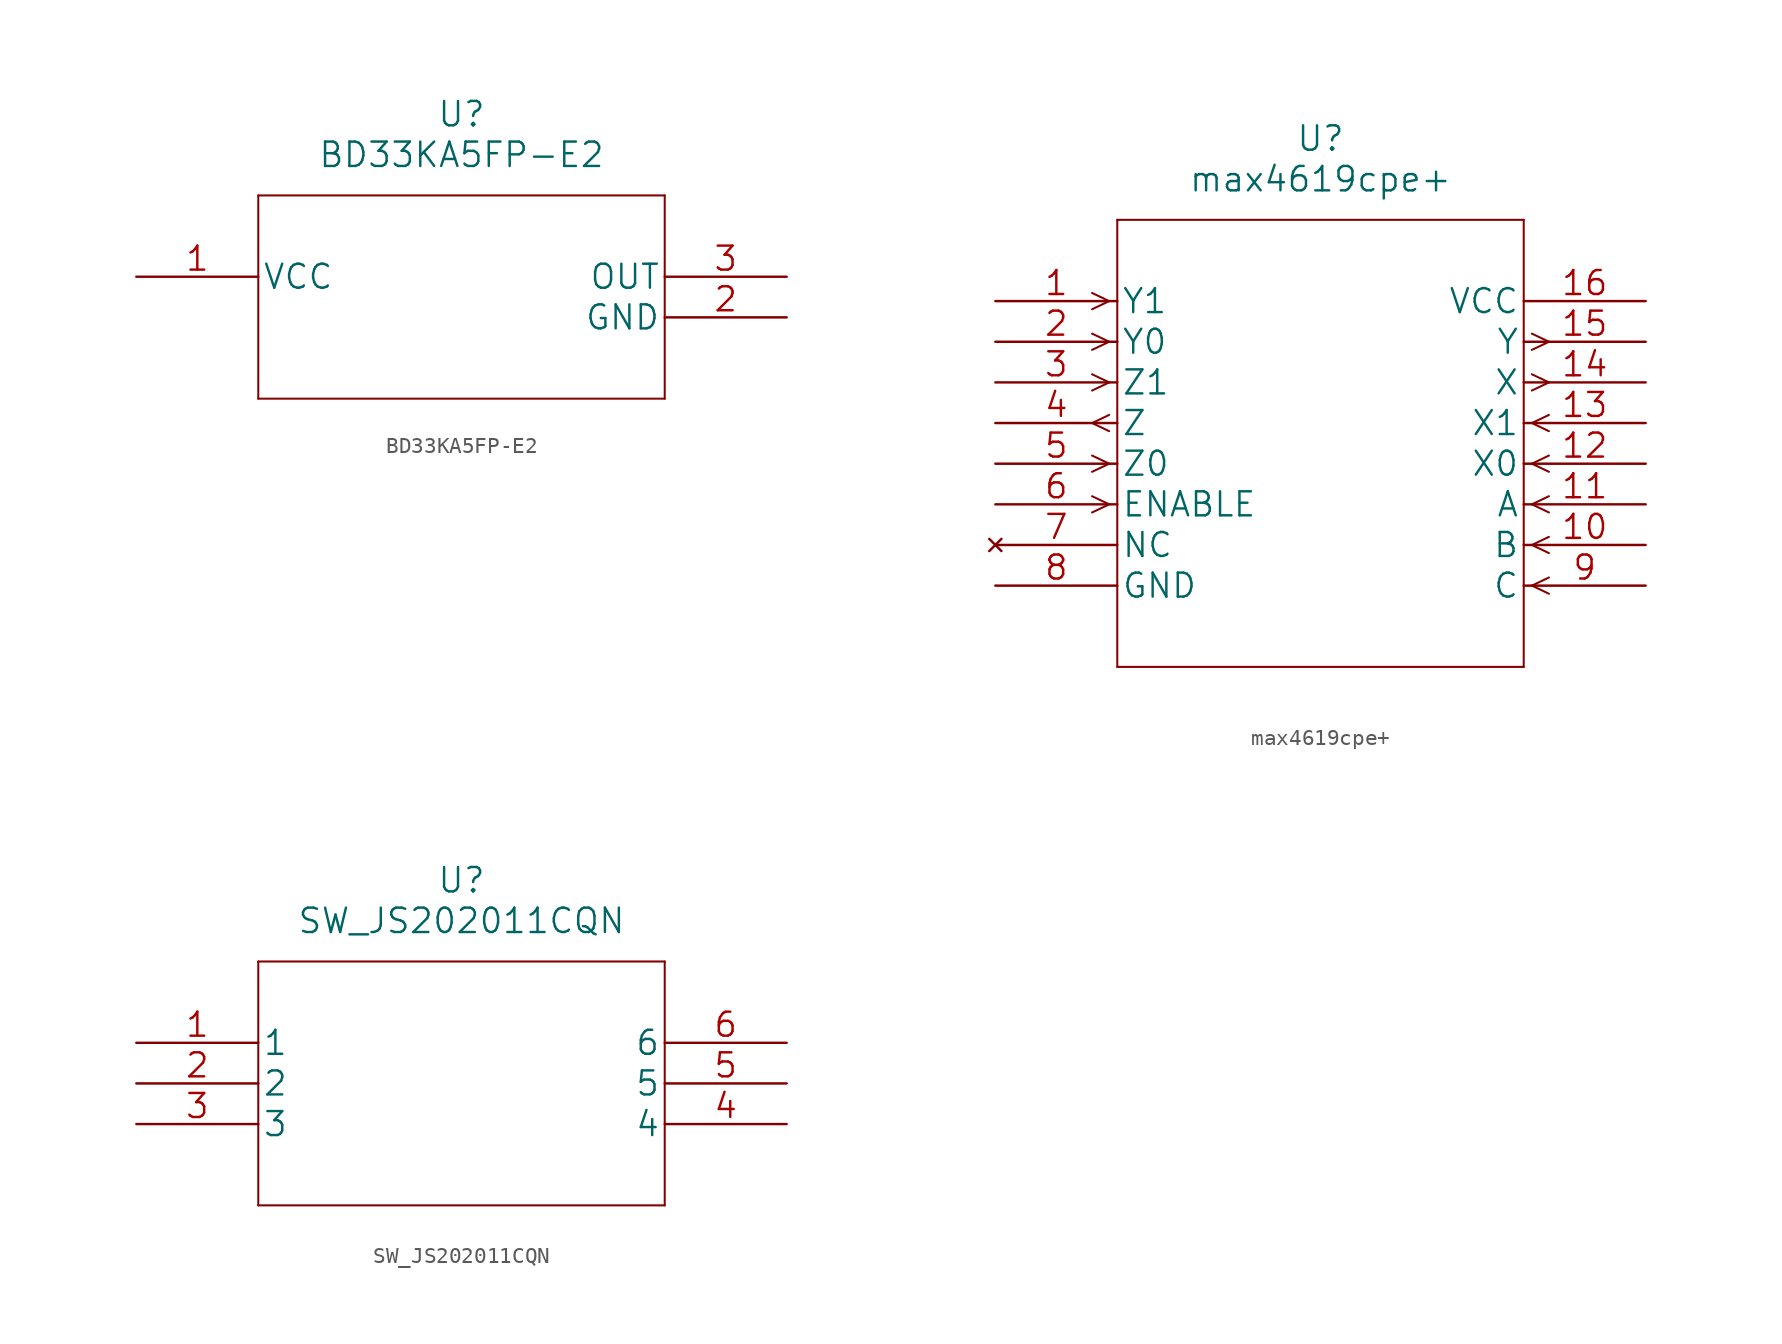
<source format=kicad_sym>
(kicad_symbol_lib
  (version 20211014)
  (generator kicad_symbol_editor)
  (symbol "BD33KA5FP-E2"
    (pin_names
      (offset 0.254))
    (property "Reference" "U"
      (at 20.32 10.16 0)
      (effects (font (size 1.524 1.524))))
    (property "Value" "BD33KA5FP-E2"
      (at 20.32 7.62 0)
      (effects (font (size 1.524 1.524))))
    (property "Datasheet" ""
      (at 0 0 0)
      (effects (font (size 1.524 1.524))))
    (property "ki_locked" ""
      (at 0 0 0)
      (effects (font (size 1.27 1.27))))
    (symbol "BD33KA5FP-E2_1_1"
      (polyline (pts (xy 7.62 -7.62) (xy 33.02 -7.62)) (stroke (width 0.127) (type default) (color 0 0 0 0)) (fill (type none)))
      (polyline (pts (xy 7.62 5.08) (xy 7.62 -7.62)) (stroke (width 0.127) (type default) (color 0 0 0 0)) (fill (type none)))
      (polyline (pts (xy 33.02 -7.62) (xy 33.02 5.08)) (stroke (width 0.127) (type default) (color 0 0 0 0)) (fill (type none)))
      (polyline (pts (xy 33.02 5.08) (xy 7.62 5.08)) (stroke (width 0.127) (type default) (color 0 0 0 0)) (fill (type none)))
      (pin power_in line (at 0 0 0) (length 7.62) (name "VCC" (effects (font (size 1.499 1.499)))) (number "1" (effects (font (size 1.499 1.499)))))
      (pin input line (at 40.64 -2.54 180) (length 7.62) (name "GND" (effects (font (size 1.499 1.499)))) (number "2" (effects (font (size 1.499 1.499)))))
      (pin output line (at 40.64 0 180) (length 7.62) (name "OUT" (effects (font (size 1.499 1.499)))) (number "3" (effects (font (size 1.499 1.499)))))))
  (symbol "max4619cpe+"
    (pin_names
      (offset 0.254))
    (property "Reference" "U"
      (at 20.32 10.16 0)
      (effects (font (size 1.524 1.524))))
    (property "Value" "max4619cpe+"
      (at 20.32 7.62 0)
      (effects (font (size 1.524 1.524))))
    (property "Datasheet" ""
      (at 0 0 0)
      (effects (font (size 1.524 1.524))))
    (property "ki_locked" ""
      (at 0 0 0)
      (effects (font (size 1.27 1.27))))
    (symbol "max4619cpe+_1_1"
      (polyline (pts (xy 7.112 -12.7) (xy 6.045 -13.208)) (stroke (width 0.127) (type default) (color 0 0 0 0)) (fill (type none)))
      (polyline (pts (xy 7.112 -12.7) (xy 6.045 -12.192)) (stroke (width 0.127) (type default) (color 0 0 0 0)) (fill (type none)))
      (polyline (pts (xy 7.112 -10.16) (xy 6.045 -10.668)) (stroke (width 0.127) (type default) (color 0 0 0 0)) (fill (type none)))
      (polyline (pts (xy 7.112 -10.16) (xy 6.045 -9.652)) (stroke (width 0.127) (type default) (color 0 0 0 0)) (fill (type none)))
      (polyline (pts (xy 7.112 -8.128) (xy 6.045 -7.62)) (stroke (width 0.127) (type default) (color 0 0 0 0)) (fill (type none)))
      (polyline (pts (xy 7.112 -7.112) (xy 6.045 -7.62)) (stroke (width 0.127) (type default) (color 0 0 0 0)) (fill (type none)))
      (polyline (pts (xy 7.112 -5.08) (xy 6.045 -5.588)) (stroke (width 0.127) (type default) (color 0 0 0 0)) (fill (type none)))
      (polyline (pts (xy 7.112 -5.08) (xy 6.045 -4.572)) (stroke (width 0.127) (type default) (color 0 0 0 0)) (fill (type none)))
      (polyline (pts (xy 7.112 -2.54) (xy 6.045 -3.048)) (stroke (width 0.127) (type default) (color 0 0 0 0)) (fill (type none)))
      (polyline (pts (xy 7.112 -2.54) (xy 6.045 -2.032)) (stroke (width 0.127) (type default) (color 0 0 0 0)) (fill (type none)))
      (polyline (pts (xy 7.112 0) (xy 6.045 -0.508)) (stroke (width 0.127) (type default) (color 0 0 0 0)) (fill (type none)))
      (polyline (pts (xy 7.112 0) (xy 6.045 0.508)) (stroke (width 0.127) (type default) (color 0 0 0 0)) (fill (type none)))
      (polyline (pts (xy 7.62 -22.86) (xy 33.02 -22.86)) (stroke (width 0.127) (type default) (color 0 0 0 0)) (fill (type none)))
      (polyline (pts (xy 7.62 5.08) (xy 7.62 -22.86)) (stroke (width 0.127) (type default) (color 0 0 0 0)) (fill (type none)))
      (polyline (pts (xy 33.02 -22.86) (xy 33.02 5.08)) (stroke (width 0.127) (type default) (color 0 0 0 0)) (fill (type none)))
      (polyline (pts (xy 33.02 5.08) (xy 7.62 5.08)) (stroke (width 0.127) (type default) (color 0 0 0 0)) (fill (type none)))
      (polyline (pts (xy 33.528 -17.78) (xy 34.595 -18.288)) (stroke (width 0.127) (type default) (color 0 0 0 0)) (fill (type none)))
      (polyline (pts (xy 33.528 -17.78) (xy 34.595 -17.272)) (stroke (width 0.127) (type default) (color 0 0 0 0)) (fill (type none)))
      (polyline (pts (xy 33.528 -15.24) (xy 34.595 -15.748)) (stroke (width 0.127) (type default) (color 0 0 0 0)) (fill (type none)))
      (polyline (pts (xy 33.528 -15.24) (xy 34.595 -14.732)) (stroke (width 0.127) (type default) (color 0 0 0 0)) (fill (type none)))
      (polyline (pts (xy 33.528 -12.7) (xy 34.595 -13.208)) (stroke (width 0.127) (type default) (color 0 0 0 0)) (fill (type none)))
      (polyline (pts (xy 33.528 -12.7) (xy 34.595 -12.192)) (stroke (width 0.127) (type default) (color 0 0 0 0)) (fill (type none)))
      (polyline (pts (xy 33.528 -10.16) (xy 34.595 -10.668)) (stroke (width 0.127) (type default) (color 0 0 0 0)) (fill (type none)))
      (polyline (pts (xy 33.528 -10.16) (xy 34.595 -9.652)) (stroke (width 0.127) (type default) (color 0 0 0 0)) (fill (type none)))
      (polyline (pts (xy 33.528 -7.62) (xy 34.595 -8.128)) (stroke (width 0.127) (type default) (color 0 0 0 0)) (fill (type none)))
      (polyline (pts (xy 33.528 -7.62) (xy 34.595 -7.112)) (stroke (width 0.127) (type default) (color 0 0 0 0)) (fill (type none)))
      (polyline (pts (xy 33.528 -5.588) (xy 34.595 -5.08)) (stroke (width 0.127) (type default) (color 0 0 0 0)) (fill (type none)))
      (polyline (pts (xy 33.528 -4.572) (xy 34.595 -5.08)) (stroke (width 0.127) (type default) (color 0 0 0 0)) (fill (type none)))
      (polyline (pts (xy 33.528 -3.048) (xy 34.595 -2.54)) (stroke (width 0.127) (type default) (color 0 0 0 0)) (fill (type none)))
      (polyline (pts (xy 33.528 -2.032) (xy 34.595 -2.54)) (stroke (width 0.127) (type default) (color 0 0 0 0)) (fill (type none)))
      (pin input line (at 0 0 0) (length 7.62) (name "Y1" (effects (font (size 1.499 1.499)))) (number "1" (effects (font (size 1.499 1.499)))))
      (pin input line (at 40.64 -15.24 180) (length 7.62) (name "B" (effects (font (size 1.499 1.499)))) (number "10" (effects (font (size 1.499 1.499)))))
      (pin input line (at 40.64 -12.7 180) (length 7.62) (name "A" (effects (font (size 1.499 1.499)))) (number "11" (effects (font (size 1.499 1.499)))))
      (pin input line (at 40.64 -10.16 180) (length 7.62) (name "X0" (effects (font (size 1.499 1.499)))) (number "12" (effects (font (size 1.499 1.499)))))
      (pin input line (at 40.64 -7.62 180) (length 7.62) (name "X1" (effects (font (size 1.499 1.499)))) (number "13" (effects (font (size 1.499 1.499)))))
      (pin output line (at 40.64 -5.08 180) (length 7.62) (name "X" (effects (font (size 1.499 1.499)))) (number "14" (effects (font (size 1.499 1.499)))))
      (pin output line (at 40.64 -2.54 180) (length 7.62) (name "Y" (effects (font (size 1.499 1.499)))) (number "15" (effects (font (size 1.499 1.499)))))
      (pin power_in line (at 40.64 0 180) (length 7.62) (name "VCC" (effects (font (size 1.499 1.499)))) (number "16" (effects (font (size 1.499 1.499)))))
      (pin input line (at 0 -2.54 0) (length 7.62) (name "Y0" (effects (font (size 1.499 1.499)))) (number "2" (effects (font (size 1.499 1.499)))))
      (pin input line (at 0 -5.08 0) (length 7.62) (name "Z1" (effects (font (size 1.499 1.499)))) (number "3" (effects (font (size 1.499 1.499)))))
      (pin output line (at 0 -7.62 0) (length 7.62) (name "Z" (effects (font (size 1.499 1.499)))) (number "4" (effects (font (size 1.499 1.499)))))
      (pin input line (at 0 -10.16 0) (length 7.62) (name "Z0" (effects (font (size 1.499 1.499)))) (number "5" (effects (font (size 1.499 1.499)))))
      (pin input line (at 0 -12.7 0) (length 7.62) (name "ENABLE" (effects (font (size 1.499 1.499)))) (number "6" (effects (font (size 1.499 1.499)))))
      (pin no_connect line (at 0 -15.24 0) (length 7.62) (name "NC" (effects (font (size 1.499 1.499)))) (number "7" (effects (font (size 1.499 1.499)))))
      (pin power_in line (at 0 -17.78 0) (length 7.62) (name "GND" (effects (font (size 1.499 1.499)))) (number "8" (effects (font (size 1.499 1.499)))))
      (pin input line (at 40.64 -17.78 180) (length 7.62) (name "C" (effects (font (size 1.499 1.499)))) (number "9" (effects (font (size 1.499 1.499)))))))
  (symbol "SW_JS202011CQN"
    (pin_names
      (offset 0.254))
    (property "Reference" "U"
      (at 20.32 10.16 0)
      (effects (font (size 1.524 1.524))))
    (property "Value" "SW_JS202011CQN"
      (at 20.32 7.62 0)
      (effects (font (size 1.524 1.524))))
    (property "Datasheet" ""
      (at 0 0 0)
      (effects (font (size 1.524 1.524))))
    (property "ki_locked" ""
      (at 0 0 0)
      (effects (font (size 1.27 1.27))))
    (symbol "SW_JS202011CQN_1_1"
      (polyline (pts (xy 7.62 -10.16) (xy 33.02 -10.16)) (stroke (width 0.127) (type default) (color 0 0 0 0)) (fill (type none)))
      (polyline (pts (xy 7.62 5.08) (xy 7.62 -10.16)) (stroke (width 0.127) (type default) (color 0 0 0 0)) (fill (type none)))
      (polyline (pts (xy 33.02 -10.16) (xy 33.02 5.08)) (stroke (width 0.127) (type default) (color 0 0 0 0)) (fill (type none)))
      (polyline (pts (xy 33.02 5.08) (xy 7.62 5.08)) (stroke (width 0.127) (type default) (color 0 0 0 0)) (fill (type none)))
      (pin unspecified line (at 0 0 0) (length 7.62) (name "1" (effects (font (size 1.499 1.499)))) (number "1" (effects (font (size 1.499 1.499)))))
      (pin unspecified line (at 0 -2.54 0) (length 7.62) (name "2" (effects (font (size 1.499 1.499)))) (number "2" (effects (font (size 1.499 1.499)))))
      (pin unspecified line (at 0 -5.08 0) (length 7.62) (name "3" (effects (font (size 1.499 1.499)))) (number "3" (effects (font (size 1.499 1.499)))))
      (pin unspecified line (at 40.64 -5.08 180) (length 7.62) (name "4" (effects (font (size 1.499 1.499)))) (number "4" (effects (font (size 1.499 1.499)))))
      (pin unspecified line (at 40.64 -2.54 180) (length 7.62) (name "5" (effects (font (size 1.499 1.499)))) (number "5" (effects (font (size 1.499 1.499)))))
      (pin unspecified line (at 40.64 0 180) (length 7.62) (name "6" (effects (font (size 1.499 1.499)))) (number "6" (effects (font (size 1.499 1.499))))))))
</source>
